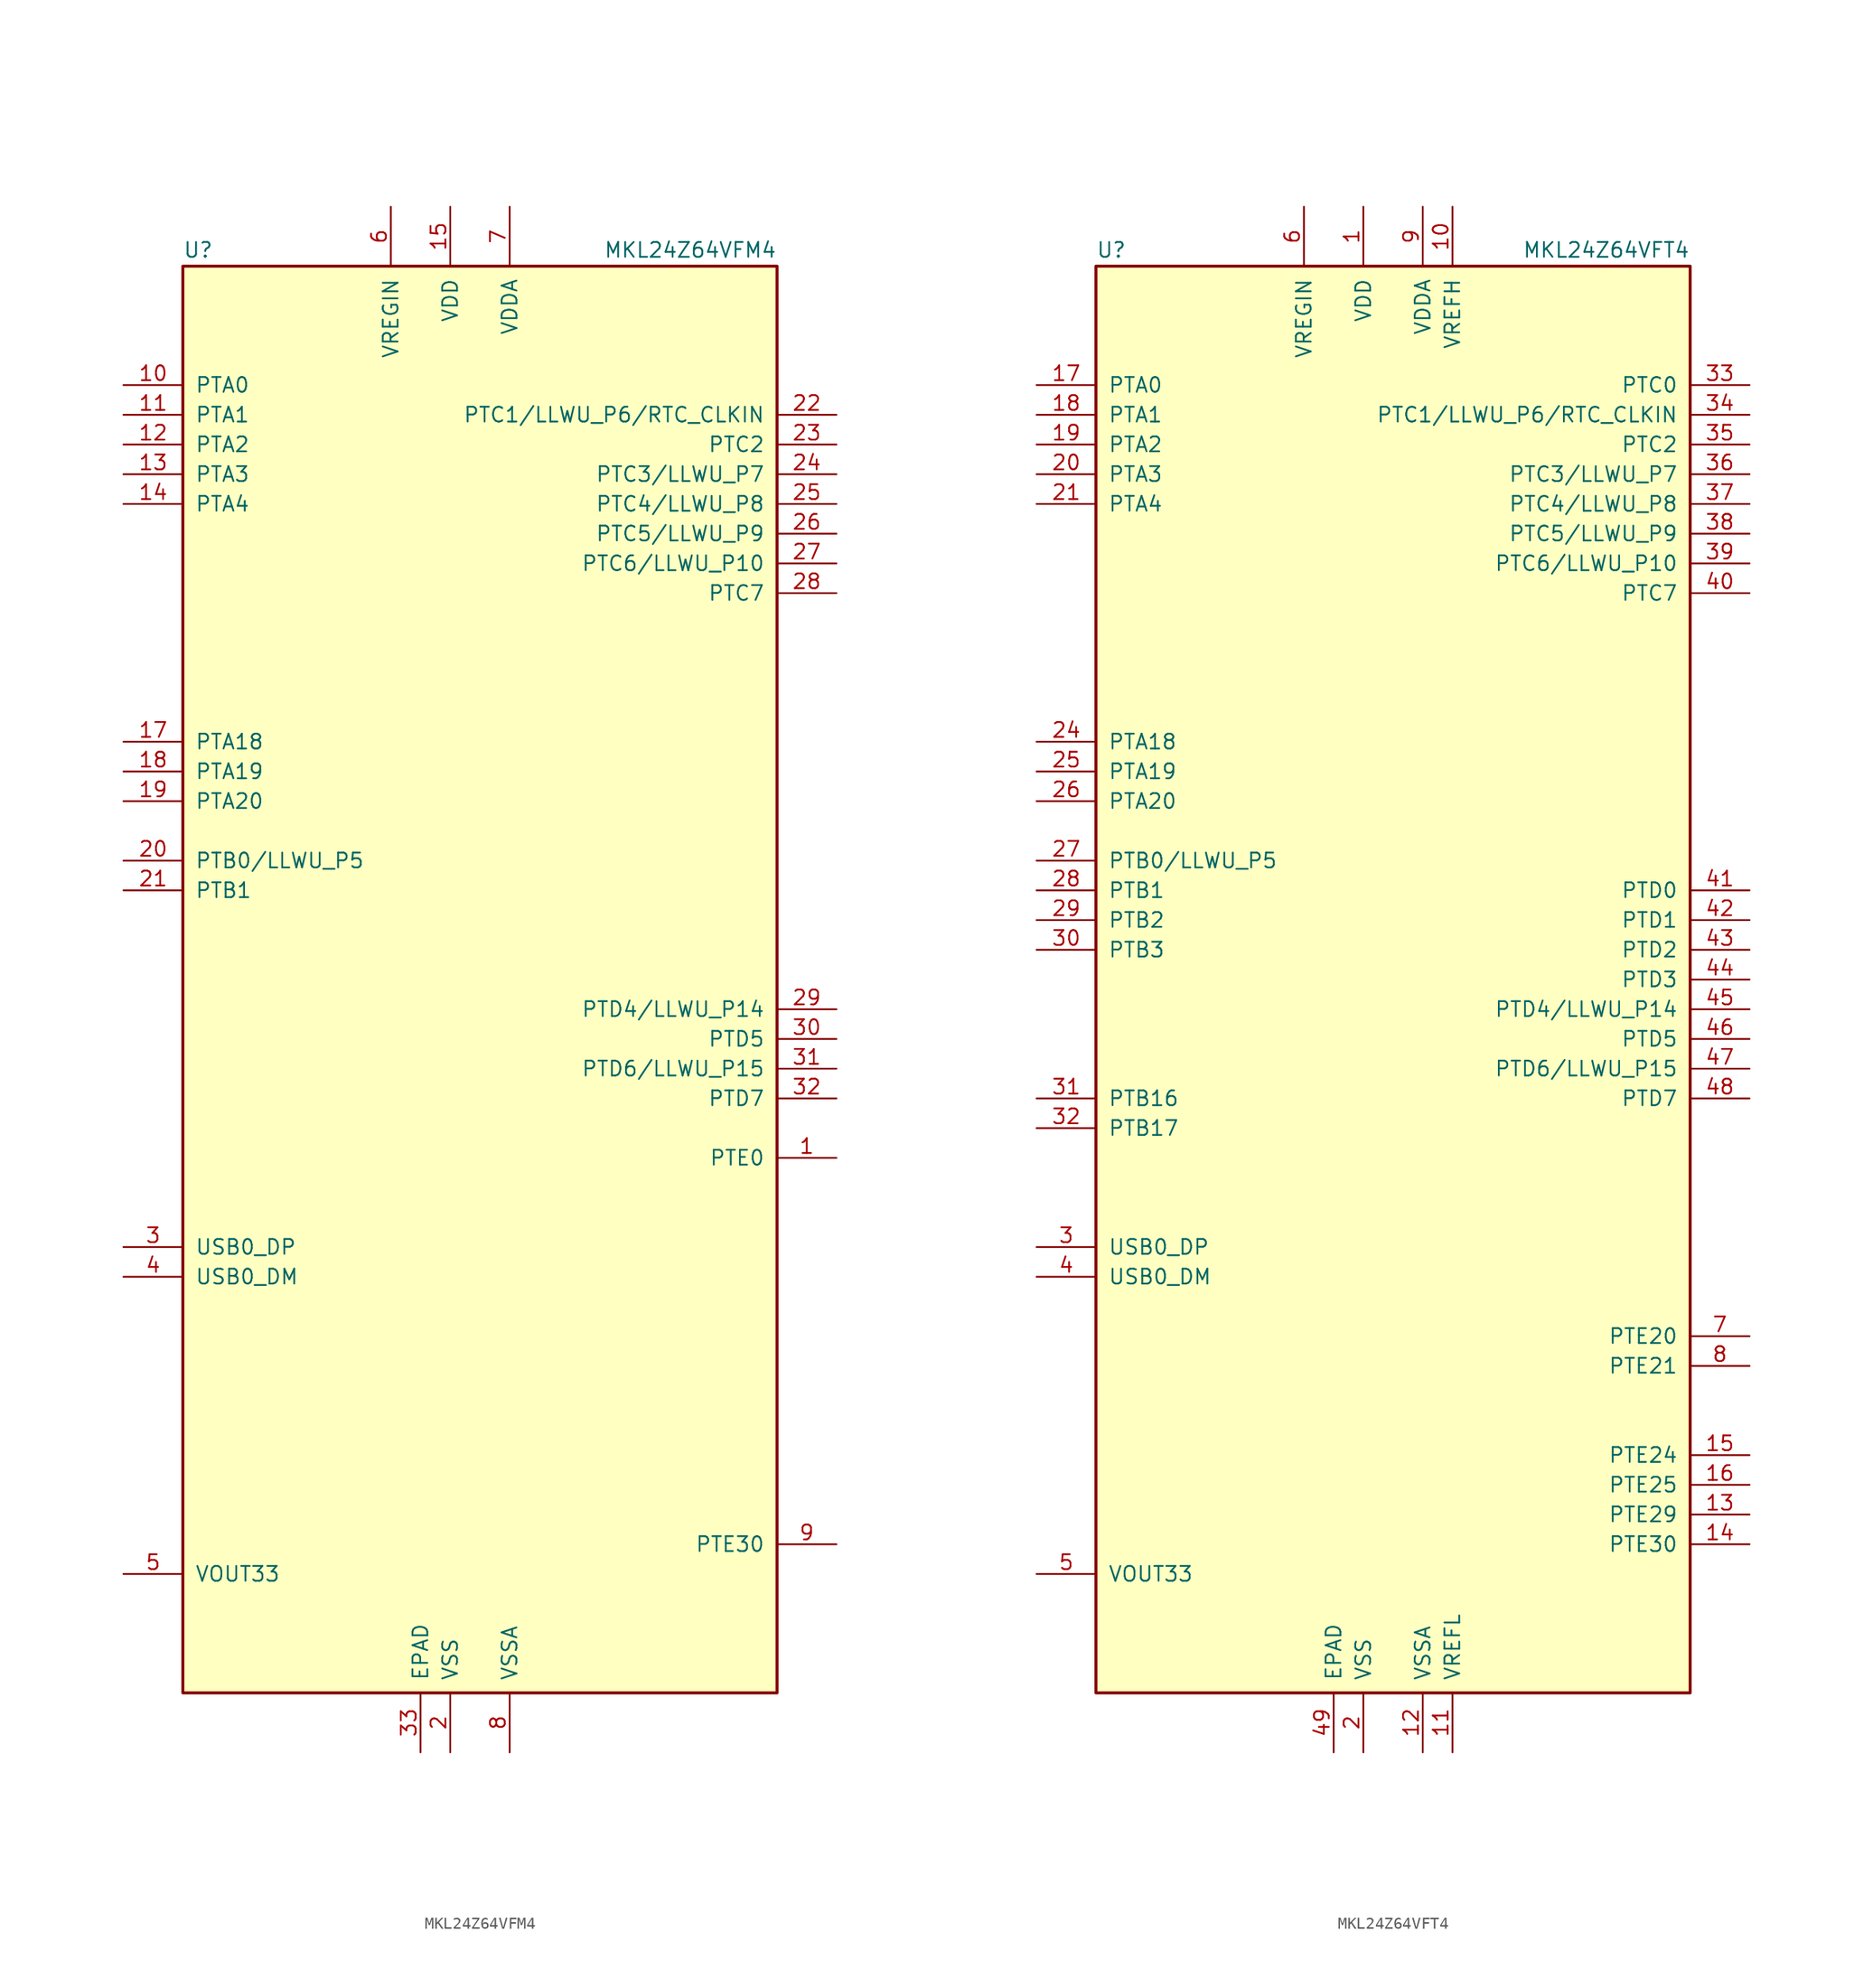
<source format=kicad_sym>
(kicad_symbol_lib
  (version 20211014)
  (generator kicad_symbol_editor)
  (symbol "MKL24Z64VFM4"
    (pin_names
      (offset 1.016))
    (property "Reference" "U"
      (at -25.4 61.595 0)
      (effects (font (size 1.27 1.27)) (justify left bottom)))
    (property "Value" "MKL24Z64VFM4"
      (at 25.4 61.595 0)
      (effects (font (size 1.27 1.27)) (justify right bottom)))
    (symbol "MKL24Z64VFM4_0_1"
      (rectangle (start -25.4 60.96) (end 25.4 -60.96) (stroke (width 0.254) (type default) (color 0 0 0 0)) (fill (type background))))
    (symbol "MKL24Z64VFM4_1_1"
      (pin bidirectional line (at 30.48 -15.24 180) (length 5.08) (name "PTE0" (effects (font (size 1.27 1.27)))) (number "1" (effects (font (size 1.27 1.27)))))
      (pin bidirectional line (at -30.48 50.8 0) (length 5.08) (name "PTA0" (effects (font (size 1.27 1.27)))) (number "10" (effects (font (size 1.27 1.27)))))
      (pin bidirectional line (at -30.48 48.26 0) (length 5.08) (name "PTA1" (effects (font (size 1.27 1.27)))) (number "11" (effects (font (size 1.27 1.27)))))
      (pin bidirectional line (at -30.48 45.72 0) (length 5.08) (name "PTA2" (effects (font (size 1.27 1.27)))) (number "12" (effects (font (size 1.27 1.27)))))
      (pin bidirectional line (at -30.48 43.18 0) (length 5.08) (name "PTA3" (effects (font (size 1.27 1.27)))) (number "13" (effects (font (size 1.27 1.27)))))
      (pin bidirectional line (at -30.48 40.64 0) (length 5.08) (name "PTA4" (effects (font (size 1.27 1.27)))) (number "14" (effects (font (size 1.27 1.27)))))
      (pin power_in line (at -2.54 66.04 270) (length 5.08) (name "VDD" (effects (font (size 1.27 1.27)))) (number "15" (effects (font (size 1.27 1.27)))))
      (pin passive line (at -2.54 -66.04 90) (length 5.08) hide (name "VSS" (effects (font (size 1.27 1.27)))) (number "16" (effects (font (size 1.27 1.27)))))
      (pin bidirectional line (at -30.48 20.32 0) (length 5.08) (name "PTA18" (effects (font (size 1.27 1.27)))) (number "17" (effects (font (size 1.27 1.27)))))
      (pin bidirectional line (at -30.48 17.78 0) (length 5.08) (name "PTA19" (effects (font (size 1.27 1.27)))) (number "18" (effects (font (size 1.27 1.27)))))
      (pin bidirectional line (at -30.48 15.24 0) (length 5.08) (name "PTA20" (effects (font (size 1.27 1.27)))) (number "19" (effects (font (size 1.27 1.27)))))
      (pin power_in line (at -2.54 -66.04 90) (length 5.08) (name "VSS" (effects (font (size 1.27 1.27)))) (number "2" (effects (font (size 1.27 1.27)))))
      (pin bidirectional line (at -30.48 10.16 0) (length 5.08) (name "PTB0/LLWU_P5" (effects (font (size 1.27 1.27)))) (number "20" (effects (font (size 1.27 1.27)))))
      (pin bidirectional line (at -30.48 7.62 0) (length 5.08) (name "PTB1" (effects (font (size 1.27 1.27)))) (number "21" (effects (font (size 1.27 1.27)))))
      (pin bidirectional line (at 30.48 48.26 180) (length 5.08) (name "PTC1/LLWU_P6/RTC_CLKIN" (effects (font (size 1.27 1.27)))) (number "22" (effects (font (size 1.27 1.27)))))
      (pin bidirectional line (at 30.48 45.72 180) (length 5.08) (name "PTC2" (effects (font (size 1.27 1.27)))) (number "23" (effects (font (size 1.27 1.27)))))
      (pin bidirectional line (at 30.48 43.18 180) (length 5.08) (name "PTC3/LLWU_P7" (effects (font (size 1.27 1.27)))) (number "24" (effects (font (size 1.27 1.27)))))
      (pin bidirectional line (at 30.48 40.64 180) (length 5.08) (name "PTC4/LLWU_P8" (effects (font (size 1.27 1.27)))) (number "25" (effects (font (size 1.27 1.27)))))
      (pin bidirectional line (at 30.48 38.1 180) (length 5.08) (name "PTC5/LLWU_P9" (effects (font (size 1.27 1.27)))) (number "26" (effects (font (size 1.27 1.27)))))
      (pin bidirectional line (at 30.48 35.56 180) (length 5.08) (name "PTC6/LLWU_P10" (effects (font (size 1.27 1.27)))) (number "27" (effects (font (size 1.27 1.27)))))
      (pin bidirectional line (at 30.48 33.02 180) (length 5.08) (name "PTC7" (effects (font (size 1.27 1.27)))) (number "28" (effects (font (size 1.27 1.27)))))
      (pin bidirectional line (at 30.48 -2.54 180) (length 5.08) (name "PTD4/LLWU_P14" (effects (font (size 1.27 1.27)))) (number "29" (effects (font (size 1.27 1.27)))))
      (pin bidirectional line (at -30.48 -22.86 0) (length 5.08) (name "USB0_DP" (effects (font (size 1.27 1.27)))) (number "3" (effects (font (size 1.27 1.27)))))
      (pin bidirectional line (at 30.48 -5.08 180) (length 5.08) (name "PTD5" (effects (font (size 1.27 1.27)))) (number "30" (effects (font (size 1.27 1.27)))))
      (pin bidirectional line (at 30.48 -7.62 180) (length 5.08) (name "PTD6/LLWU_P15" (effects (font (size 1.27 1.27)))) (number "31" (effects (font (size 1.27 1.27)))))
      (pin bidirectional line (at 30.48 -10.16 180) (length 5.08) (name "PTD7" (effects (font (size 1.27 1.27)))) (number "32" (effects (font (size 1.27 1.27)))))
      (pin power_in line (at -5.08 -66.04 90) (length 5.08) (name "EPAD" (effects (font (size 1.27 1.27)))) (number "33" (effects (font (size 1.27 1.27)))))
      (pin bidirectional line (at -30.48 -25.4 0) (length 5.08) (name "USB0_DM" (effects (font (size 1.27 1.27)))) (number "4" (effects (font (size 1.27 1.27)))))
      (pin power_out line (at -30.48 -50.8 0) (length 5.08) (name "VOUT33" (effects (font (size 1.27 1.27)))) (number "5" (effects (font (size 1.27 1.27)))))
      (pin power_in line (at -7.62 66.04 270) (length 5.08) (name "VREGIN" (effects (font (size 1.27 1.27)))) (number "6" (effects (font (size 1.27 1.27)))))
      (pin power_in line (at 2.54 66.04 270) (length 5.08) (name "VDDA" (effects (font (size 1.27 1.27)))) (number "7" (effects (font (size 1.27 1.27)))))
      (pin power_in line (at 2.54 -66.04 90) (length 5.08) (name "VSSA" (effects (font (size 1.27 1.27)))) (number "8" (effects (font (size 1.27 1.27)))))
      (pin bidirectional line (at 30.48 -48.26 180) (length 5.08) (name "PTE30" (effects (font (size 1.27 1.27)))) (number "9" (effects (font (size 1.27 1.27)))))))
  (symbol "MKL24Z64VFT4"
    (pin_names
      (offset 1.016))
    (property "Reference" "U"
      (at -25.4 61.595 0)
      (effects (font (size 1.27 1.27)) (justify left bottom)))
    (property "Value" "MKL24Z64VFT4"
      (at 25.4 61.595 0)
      (effects (font (size 1.27 1.27)) (justify right bottom)))
    (symbol "MKL24Z64VFT4_0_1"
      (rectangle (start -25.4 60.96) (end 25.4 -60.96) (stroke (width 0.254) (type default) (color 0 0 0 0)) (fill (type background))))
    (symbol "MKL24Z64VFT4_1_1"
      (pin power_in line (at -2.54 66.04 270) (length 5.08) (name "VDD" (effects (font (size 1.27 1.27)))) (number "1" (effects (font (size 1.27 1.27)))))
      (pin power_in line (at 5.08 66.04 270) (length 5.08) (name "VREFH" (effects (font (size 1.27 1.27)))) (number "10" (effects (font (size 1.27 1.27)))))
      (pin power_in line (at 5.08 -66.04 90) (length 5.08) (name "VREFL" (effects (font (size 1.27 1.27)))) (number "11" (effects (font (size 1.27 1.27)))))
      (pin power_in line (at 2.54 -66.04 90) (length 5.08) (name "VSSA" (effects (font (size 1.27 1.27)))) (number "12" (effects (font (size 1.27 1.27)))))
      (pin bidirectional line (at 30.48 -45.72 180) (length 5.08) (name "PTE29" (effects (font (size 1.27 1.27)))) (number "13" (effects (font (size 1.27 1.27)))))
      (pin bidirectional line (at 30.48 -48.26 180) (length 5.08) (name "PTE30" (effects (font (size 1.27 1.27)))) (number "14" (effects (font (size 1.27 1.27)))))
      (pin bidirectional line (at 30.48 -40.64 180) (length 5.08) (name "PTE24" (effects (font (size 1.27 1.27)))) (number "15" (effects (font (size 1.27 1.27)))))
      (pin bidirectional line (at 30.48 -43.18 180) (length 5.08) (name "PTE25" (effects (font (size 1.27 1.27)))) (number "16" (effects (font (size 1.27 1.27)))))
      (pin bidirectional line (at -30.48 50.8 0) (length 5.08) (name "PTA0" (effects (font (size 1.27 1.27)))) (number "17" (effects (font (size 1.27 1.27)))))
      (pin bidirectional line (at -30.48 48.26 0) (length 5.08) (name "PTA1" (effects (font (size 1.27 1.27)))) (number "18" (effects (font (size 1.27 1.27)))))
      (pin bidirectional line (at -30.48 45.72 0) (length 5.08) (name "PTA2" (effects (font (size 1.27 1.27)))) (number "19" (effects (font (size 1.27 1.27)))))
      (pin power_in line (at -2.54 -66.04 90) (length 5.08) (name "VSS" (effects (font (size 1.27 1.27)))) (number "2" (effects (font (size 1.27 1.27)))))
      (pin bidirectional line (at -30.48 43.18 0) (length 5.08) (name "PTA3" (effects (font (size 1.27 1.27)))) (number "20" (effects (font (size 1.27 1.27)))))
      (pin bidirectional line (at -30.48 40.64 0) (length 5.08) (name "PTA4" (effects (font (size 1.27 1.27)))) (number "21" (effects (font (size 1.27 1.27)))))
      (pin passive line (at -2.54 66.04 270) (length 5.08) hide (name "VDD" (effects (font (size 1.27 1.27)))) (number "22" (effects (font (size 1.27 1.27)))))
      (pin passive line (at -2.54 -66.04 90) (length 5.08) hide (name "VSS" (effects (font (size 1.27 1.27)))) (number "23" (effects (font (size 1.27 1.27)))))
      (pin bidirectional line (at -30.48 20.32 0) (length 5.08) (name "PTA18" (effects (font (size 1.27 1.27)))) (number "24" (effects (font (size 1.27 1.27)))))
      (pin bidirectional line (at -30.48 17.78 0) (length 5.08) (name "PTA19" (effects (font (size 1.27 1.27)))) (number "25" (effects (font (size 1.27 1.27)))))
      (pin bidirectional line (at -30.48 15.24 0) (length 5.08) (name "PTA20" (effects (font (size 1.27 1.27)))) (number "26" (effects (font (size 1.27 1.27)))))
      (pin bidirectional line (at -30.48 10.16 0) (length 5.08) (name "PTB0/LLWU_P5" (effects (font (size 1.27 1.27)))) (number "27" (effects (font (size 1.27 1.27)))))
      (pin bidirectional line (at -30.48 7.62 0) (length 5.08) (name "PTB1" (effects (font (size 1.27 1.27)))) (number "28" (effects (font (size 1.27 1.27)))))
      (pin bidirectional line (at -30.48 5.08 0) (length 5.08) (name "PTB2" (effects (font (size 1.27 1.27)))) (number "29" (effects (font (size 1.27 1.27)))))
      (pin bidirectional line (at -30.48 -22.86 0) (length 5.08) (name "USB0_DP" (effects (font (size 1.27 1.27)))) (number "3" (effects (font (size 1.27 1.27)))))
      (pin bidirectional line (at -30.48 2.54 0) (length 5.08) (name "PTB3" (effects (font (size 1.27 1.27)))) (number "30" (effects (font (size 1.27 1.27)))))
      (pin bidirectional line (at -30.48 -10.16 0) (length 5.08) (name "PTB16" (effects (font (size 1.27 1.27)))) (number "31" (effects (font (size 1.27 1.27)))))
      (pin bidirectional line (at -30.48 -12.7 0) (length 5.08) (name "PTB17" (effects (font (size 1.27 1.27)))) (number "32" (effects (font (size 1.27 1.27)))))
      (pin bidirectional line (at 30.48 50.8 180) (length 5.08) (name "PTC0" (effects (font (size 1.27 1.27)))) (number "33" (effects (font (size 1.27 1.27)))))
      (pin bidirectional line (at 30.48 48.26 180) (length 5.08) (name "PTC1/LLWU_P6/RTC_CLKIN" (effects (font (size 1.27 1.27)))) (number "34" (effects (font (size 1.27 1.27)))))
      (pin bidirectional line (at 30.48 45.72 180) (length 5.08) (name "PTC2" (effects (font (size 1.27 1.27)))) (number "35" (effects (font (size 1.27 1.27)))))
      (pin bidirectional line (at 30.48 43.18 180) (length 5.08) (name "PTC3/LLWU_P7" (effects (font (size 1.27 1.27)))) (number "36" (effects (font (size 1.27 1.27)))))
      (pin bidirectional line (at 30.48 40.64 180) (length 5.08) (name "PTC4/LLWU_P8" (effects (font (size 1.27 1.27)))) (number "37" (effects (font (size 1.27 1.27)))))
      (pin bidirectional line (at 30.48 38.1 180) (length 5.08) (name "PTC5/LLWU_P9" (effects (font (size 1.27 1.27)))) (number "38" (effects (font (size 1.27 1.27)))))
      (pin bidirectional line (at 30.48 35.56 180) (length 5.08) (name "PTC6/LLWU_P10" (effects (font (size 1.27 1.27)))) (number "39" (effects (font (size 1.27 1.27)))))
      (pin bidirectional line (at -30.48 -25.4 0) (length 5.08) (name "USB0_DM" (effects (font (size 1.27 1.27)))) (number "4" (effects (font (size 1.27 1.27)))))
      (pin bidirectional line (at 30.48 33.02 180) (length 5.08) (name "PTC7" (effects (font (size 1.27 1.27)))) (number "40" (effects (font (size 1.27 1.27)))))
      (pin bidirectional line (at 30.48 7.62 180) (length 5.08) (name "PTD0" (effects (font (size 1.27 1.27)))) (number "41" (effects (font (size 1.27 1.27)))))
      (pin bidirectional line (at 30.48 5.08 180) (length 5.08) (name "PTD1" (effects (font (size 1.27 1.27)))) (number "42" (effects (font (size 1.27 1.27)))))
      (pin bidirectional line (at 30.48 2.54 180) (length 5.08) (name "PTD2" (effects (font (size 1.27 1.27)))) (number "43" (effects (font (size 1.27 1.27)))))
      (pin bidirectional line (at 30.48 0 180) (length 5.08) (name "PTD3" (effects (font (size 1.27 1.27)))) (number "44" (effects (font (size 1.27 1.27)))))
      (pin bidirectional line (at 30.48 -2.54 180) (length 5.08) (name "PTD4/LLWU_P14" (effects (font (size 1.27 1.27)))) (number "45" (effects (font (size 1.27 1.27)))))
      (pin bidirectional line (at 30.48 -5.08 180) (length 5.08) (name "PTD5" (effects (font (size 1.27 1.27)))) (number "46" (effects (font (size 1.27 1.27)))))
      (pin bidirectional line (at 30.48 -7.62 180) (length 5.08) (name "PTD6/LLWU_P15" (effects (font (size 1.27 1.27)))) (number "47" (effects (font (size 1.27 1.27)))))
      (pin bidirectional line (at 30.48 -10.16 180) (length 5.08) (name "PTD7" (effects (font (size 1.27 1.27)))) (number "48" (effects (font (size 1.27 1.27)))))
      (pin power_in line (at -5.08 -66.04 90) (length 5.08) (name "EPAD" (effects (font (size 1.27 1.27)))) (number "49" (effects (font (size 1.27 1.27)))))
      (pin power_out line (at -30.48 -50.8 0) (length 5.08) (name "VOUT33" (effects (font (size 1.27 1.27)))) (number "5" (effects (font (size 1.27 1.27)))))
      (pin power_in line (at -7.62 66.04 270) (length 5.08) (name "VREGIN" (effects (font (size 1.27 1.27)))) (number "6" (effects (font (size 1.27 1.27)))))
      (pin bidirectional line (at 30.48 -30.48 180) (length 5.08) (name "PTE20" (effects (font (size 1.27 1.27)))) (number "7" (effects (font (size 1.27 1.27)))))
      (pin bidirectional line (at 30.48 -33.02 180) (length 5.08) (name "PTE21" (effects (font (size 1.27 1.27)))) (number "8" (effects (font (size 1.27 1.27)))))
      (pin power_in line (at 2.54 66.04 270) (length 5.08) (name "VDDA" (effects (font (size 1.27 1.27)))) (number "9" (effects (font (size 1.27 1.27))))))))
</source>
